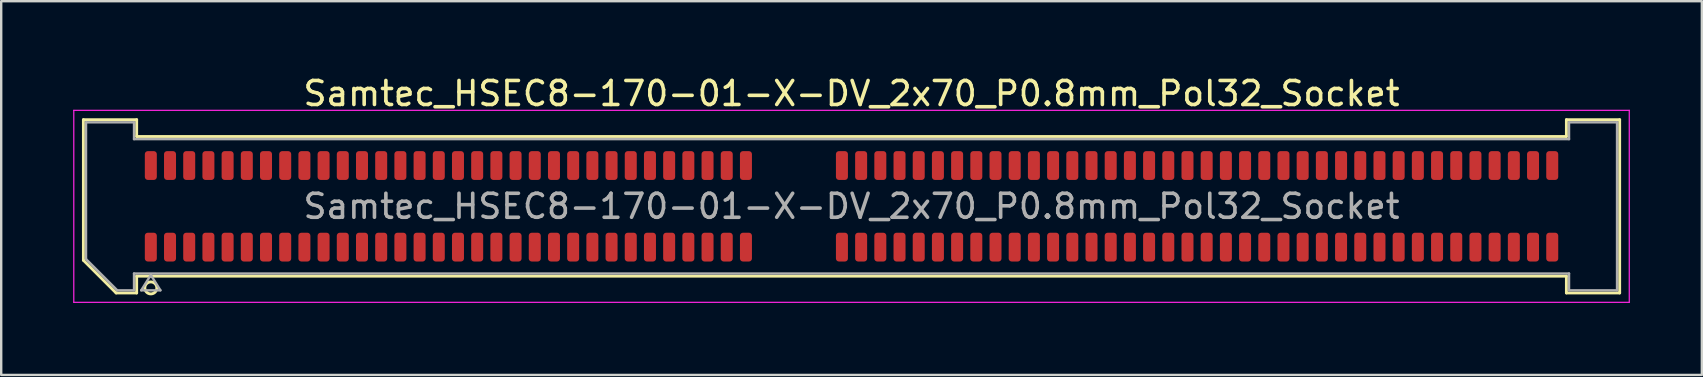
<source format=kicad_pcb>
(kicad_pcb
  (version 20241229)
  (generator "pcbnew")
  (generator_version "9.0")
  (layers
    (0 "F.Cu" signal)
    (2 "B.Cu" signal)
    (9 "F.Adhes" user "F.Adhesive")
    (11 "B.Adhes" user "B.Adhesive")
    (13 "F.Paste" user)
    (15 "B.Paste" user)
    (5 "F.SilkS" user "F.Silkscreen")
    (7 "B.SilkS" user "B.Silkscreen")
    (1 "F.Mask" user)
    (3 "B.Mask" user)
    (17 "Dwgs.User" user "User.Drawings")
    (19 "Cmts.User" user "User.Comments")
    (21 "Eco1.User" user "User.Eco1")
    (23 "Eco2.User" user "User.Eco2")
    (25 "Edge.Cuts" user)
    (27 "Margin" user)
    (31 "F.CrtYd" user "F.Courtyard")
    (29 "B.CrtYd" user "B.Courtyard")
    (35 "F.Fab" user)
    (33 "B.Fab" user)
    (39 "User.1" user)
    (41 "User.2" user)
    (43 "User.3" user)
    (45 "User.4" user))
  (footprint "Samtec_HSEC8-170-01-X-DV_2x70_P0.8mm_Pol32_Socket"
    (layer "F.Cu")
    (at 32.435 5.548)
    (property "Reference" "Samtec_HSEC8-170-01-X-DV_2x70_P0.8mm_Pol32_Socket" (at 0 -4.7 0) (layer "F.SilkS") (effects (font (size 1 1) (thickness 0.15))))
    (attr smd)
    (fp_line (start -32.01 -3.61) (end -29.79 -3.61) (stroke (width 0.12) (type solid)) (layer "F.SilkS"))
    (fp_line (start -32.01 2.246) (end -32.01 -3.61) (stroke (width 0.12) (type solid)) (layer "F.SilkS"))
    (fp_line (start -30.646 3.61) (end -32.01 2.246) (stroke (width 0.12) (type solid)) (layer "F.SilkS"))
    (fp_line (start -29.79 -3.61) (end -29.79 -2.91) (stroke (width 0.12) (type solid)) (layer "F.SilkS"))
    (fp_line (start -29.79 -2.91) (end 29.79 -2.91) (stroke (width 0.12) (type solid)) (layer "F.SilkS"))
    (fp_line (start -29.79 2.91) (end -29.79 3.61) (stroke (width 0.12) (type solid)) (layer "F.SilkS"))
    (fp_line (start -29.79 3.61) (end -30.646 3.61) (stroke (width 0.12) (type solid)) (layer "F.SilkS"))
    (fp_line (start 29.79 -3.61) (end 32.01 -3.61) (stroke (width 0.12) (type solid)) (layer "F.SilkS"))
    (fp_line (start 29.79 -2.91) (end 29.79 -3.61) (stroke (width 0.12) (type solid)) (layer "F.SilkS"))
    (fp_line (start 29.79 2.91) (end -29.79 2.91) (stroke (width 0.12) (type solid)) (layer "F.SilkS"))
    (fp_line (start 29.79 3.61) (end 29.79 2.91) (stroke (width 0.12) (type solid)) (layer "F.SilkS"))
    (fp_line (start 32.01 -3.61) (end 32.01 3.61) (stroke (width 0.12) (type solid)) (layer "F.SilkS"))
    (fp_line (start 32.01 3.61) (end 29.79 3.61) (stroke (width 0.12) (type solid)) (layer "F.SilkS"))
    (fp_circle (center -29.2 3.4) (end -28.95 3.4) (stroke (width 0.12) (type solid)) (fill no) (layer "F.SilkS"))
    (fp_line (start -32.41 -4) (end -32.41 4) (stroke (width 0.05) (type solid)) (layer "F.CrtYd"))
    (fp_line (start -32.41 4) (end 32.41 4) (stroke (width 0.05) (type solid)) (layer "F.CrtYd"))
    (fp_line (start 32.41 -4) (end -32.41 -4) (stroke (width 0.05) (type solid)) (layer "F.CrtYd"))
    (fp_line (start 32.41 4) (end 32.41 -4) (stroke (width 0.05) (type solid)) (layer "F.CrtYd"))
    (fp_line (start -31.9 -3.5) (end -29.9 -3.5) (stroke (width 0.1) (type solid)) (layer "F.Fab"))
    (fp_line (start -31.9 2.2) (end -31.9 -3.5) (stroke (width 0.1) (type solid)) (layer "F.Fab"))
    (fp_line (start -30.6 3.5) (end -31.9 2.2) (stroke (width 0.1) (type solid)) (layer "F.Fab"))
    (fp_line (start -29.9 -3.5) (end -29.9 -2.8) (stroke (width 0.1) (type solid)) (layer "F.Fab"))
    (fp_line (start -29.9 -2.8) (end 29.9 -2.8) (stroke (width 0.1) (type solid)) (layer "F.Fab"))
    (fp_line (start -29.9 2.8) (end -29.9 3.5) (stroke (width 0.1) (type solid)) (layer "F.Fab"))
    (fp_line (start -29.9 3.5) (end -30.6 3.5) (stroke (width 0.1) (type solid)) (layer "F.Fab"))
    (fp_line (start -29.6 3.5) (end -29.2 2.86) (stroke (width 0.1) (type solid)) (layer "F.Fab"))
    (fp_line (start -29.2 2.86) (end -28.8 3.5) (stroke (width 0.1) (type solid)) (layer "F.Fab"))
    (fp_line (start -28.8 3.5) (end -29.6 3.5) (stroke (width 0.1) (type solid)) (layer "F.Fab"))
    (fp_line (start 29.9 -3.5) (end 31.9 -3.5) (stroke (width 0.1) (type solid)) (layer "F.Fab"))
    (fp_line (start 29.9 -2.8) (end 29.9 -3.5) (stroke (width 0.1) (type solid)) (layer "F.Fab"))
    (fp_line (start 29.9 2.8) (end -29.9 2.8) (stroke (width 0.1) (type solid)) (layer "F.Fab"))
    (fp_line (start 29.9 3.5) (end 29.9 2.8) (stroke (width 0.1) (type solid)) (layer "F.Fab"))
    (fp_line (start 31.9 -3.5) (end 31.9 3.5) (stroke (width 0.1) (type solid)) (layer "F.Fab"))
    (fp_line (start 31.9 3.5) (end 29.9 3.5) (stroke (width 0.1) (type solid)) (layer "F.Fab"))
    (fp_text user "${REFERENCE}" (at 0 0 0) (layer "F.Fab") (effects (font (size 1 1) (thickness 0.15))))
    (pad "1" smd roundrect (at -29.2 1.7) (size 0.5 1.2) (layers "F.Cu" "F.Mask" "F.Paste") (roundrect_rratio 0.25))
    (pad "2" smd roundrect (at -29.2 -1.7) (size 0.5 1.2) (layers "F.Cu" "F.Mask" "F.Paste") (roundrect_rratio 0.25))
    (pad "3" smd roundrect (at -28.4 1.7) (size 0.5 1.2) (layers "F.Cu" "F.Mask" "F.Paste") (roundrect_rratio 0.25))
    (pad "4" smd roundrect (at -28.4 -1.7) (size 0.5 1.2) (layers "F.Cu" "F.Mask" "F.Paste") (roundrect_rratio 0.25))
    (pad "5" smd roundrect (at -27.6 1.7) (size 0.5 1.2) (layers "F.Cu" "F.Mask" "F.Paste") (roundrect_rratio 0.25))
    (pad "6" smd roundrect (at -27.6 -1.7) (size 0.5 1.2) (layers "F.Cu" "F.Mask" "F.Paste") (roundrect_rratio 0.25))
    (pad "7" smd roundrect (at -26.8 1.7) (size 0.5 1.2) (layers "F.Cu" "F.Mask" "F.Paste") (roundrect_rratio 0.25))
    (pad "8" smd roundrect (at -26.8 -1.7) (size 0.5 1.2) (layers "F.Cu" "F.Mask" "F.Paste") (roundrect_rratio 0.25))
    (pad "9" smd roundrect (at -26 1.7) (size 0.5 1.2) (layers "F.Cu" "F.Mask" "F.Paste") (roundrect_rratio 0.25))
    (pad "10" smd roundrect (at -26 -1.7) (size 0.5 1.2) (layers "F.Cu" "F.Mask" "F.Paste") (roundrect_rratio 0.25))
    (pad "11" smd roundrect (at -25.2 1.7) (size 0.5 1.2) (layers "F.Cu" "F.Mask" "F.Paste") (roundrect_rratio 0.25))
    (pad "12" smd roundrect (at -25.2 -1.7) (size 0.5 1.2) (layers "F.Cu" "F.Mask" "F.Paste") (roundrect_rratio 0.25))
    (pad "13" smd roundrect (at -24.4 1.7) (size 0.5 1.2) (layers "F.Cu" "F.Mask" "F.Paste") (roundrect_rratio 0.25))
    (pad "14" smd roundrect (at -24.4 -1.7) (size 0.5 1.2) (layers "F.Cu" "F.Mask" "F.Paste") (roundrect_rratio 0.25))
    (pad "15" smd roundrect (at -23.6 1.7) (size 0.5 1.2) (layers "F.Cu" "F.Mask" "F.Paste") (roundrect_rratio 0.25))
    (pad "16" smd roundrect (at -23.6 -1.7) (size 0.5 1.2) (layers "F.Cu" "F.Mask" "F.Paste") (roundrect_rratio 0.25))
    (pad "17" smd roundrect (at -22.8 1.7) (size 0.5 1.2) (layers "F.Cu" "F.Mask" "F.Paste") (roundrect_rratio 0.25))
    (pad "18" smd roundrect (at -22.8 -1.7) (size 0.5 1.2) (layers "F.Cu" "F.Mask" "F.Paste") (roundrect_rratio 0.25))
    (pad "19" smd roundrect (at -22 1.7) (size 0.5 1.2) (layers "F.Cu" "F.Mask" "F.Paste") (roundrect_rratio 0.25))
    (pad "20" smd roundrect (at -22 -1.7) (size 0.5 1.2) (layers "F.Cu" "F.Mask" "F.Paste") (roundrect_rratio 0.25))
    (pad "21" smd roundrect (at -21.2 1.7) (size 0.5 1.2) (layers "F.Cu" "F.Mask" "F.Paste") (roundrect_rratio 0.25))
    (pad "22" smd roundrect (at -21.2 -1.7) (size 0.5 1.2) (layers "F.Cu" "F.Mask" "F.Paste") (roundrect_rratio 0.25))
    (pad "23" smd roundrect (at -20.4 1.7) (size 0.5 1.2) (layers "F.Cu" "F.Mask" "F.Paste") (roundrect_rratio 0.25))
    (pad "24" smd roundrect (at -20.4 -1.7) (size 0.5 1.2) (layers "F.Cu" "F.Mask" "F.Paste") (roundrect_rratio 0.25))
    (pad "25" smd roundrect (at -19.6 1.7) (size 0.5 1.2) (layers "F.Cu" "F.Mask" "F.Paste") (roundrect_rratio 0.25))
    (pad "26" smd roundrect (at -19.6 -1.7) (size 0.5 1.2) (layers "F.Cu" "F.Mask" "F.Paste") (roundrect_rratio 0.25))
    (pad "27" smd roundrect (at -18.8 1.7) (size 0.5 1.2) (layers "F.Cu" "F.Mask" "F.Paste") (roundrect_rratio 0.25))
    (pad "28" smd roundrect (at -18.8 -1.7) (size 0.5 1.2) (layers "F.Cu" "F.Mask" "F.Paste") (roundrect_rratio 0.25))
    (pad "29" smd roundrect (at -18 1.7) (size 0.5 1.2) (layers "F.Cu" "F.Mask" "F.Paste") (roundrect_rratio 0.25))
    (pad "30" smd roundrect (at -18 -1.7) (size 0.5 1.2) (layers "F.Cu" "F.Mask" "F.Paste") (roundrect_rratio 0.25))
    (pad "31" smd roundrect (at -17.2 1.7) (size 0.5 1.2) (layers "F.Cu" "F.Mask" "F.Paste") (roundrect_rratio 0.25))
    (pad "32" smd roundrect (at -17.2 -1.7) (size 0.5 1.2) (layers "F.Cu" "F.Mask" "F.Paste") (roundrect_rratio 0.25))
    (pad "33" smd roundrect (at -16.4 1.7) (size 0.5 1.2) (layers "F.Cu" "F.Mask" "F.Paste") (roundrect_rratio 0.25))
    (pad "34" smd roundrect (at -16.4 -1.7) (size 0.5 1.2) (layers "F.Cu" "F.Mask" "F.Paste") (roundrect_rratio 0.25))
    (pad "35" smd roundrect (at -15.6 1.7) (size 0.5 1.2) (layers "F.Cu" "F.Mask" "F.Paste") (roundrect_rratio 0.25))
    (pad "36" smd roundrect (at -15.6 -1.7) (size 0.5 1.2) (layers "F.Cu" "F.Mask" "F.Paste") (roundrect_rratio 0.25))
    (pad "37" smd roundrect (at -14.8 1.7) (size 0.5 1.2) (layers "F.Cu" "F.Mask" "F.Paste") (roundrect_rratio 0.25))
    (pad "38" smd roundrect (at -14.8 -1.7) (size 0.5 1.2) (layers "F.Cu" "F.Mask" "F.Paste") (roundrect_rratio 0.25))
    (pad "39" smd roundrect (at -14 1.7) (size 0.5 1.2) (layers "F.Cu" "F.Mask" "F.Paste") (roundrect_rratio 0.25))
    (pad "40" smd roundrect (at -14 -1.7) (size 0.5 1.2) (layers "F.Cu" "F.Mask" "F.Paste") (roundrect_rratio 0.25))
    (pad "41" smd roundrect (at -13.2 1.7) (size 0.5 1.2) (layers "F.Cu" "F.Mask" "F.Paste") (roundrect_rratio 0.25))
    (pad "42" smd roundrect (at -13.2 -1.7) (size 0.5 1.2) (layers "F.Cu" "F.Mask" "F.Paste") (roundrect_rratio 0.25))
    (pad "43" smd roundrect (at -12.4 1.7) (size 0.5 1.2) (layers "F.Cu" "F.Mask" "F.Paste") (roundrect_rratio 0.25))
    (pad "44" smd roundrect (at -12.4 -1.7) (size 0.5 1.2) (layers "F.Cu" "F.Mask" "F.Paste") (roundrect_rratio 0.25))
    (pad "45" smd roundrect (at -11.6 1.7) (size 0.5 1.2) (layers "F.Cu" "F.Mask" "F.Paste") (roundrect_rratio 0.25))
    (pad "46" smd roundrect (at -11.6 -1.7) (size 0.5 1.2) (layers "F.Cu" "F.Mask" "F.Paste") (roundrect_rratio 0.25))
    (pad "47" smd roundrect (at -10.8 1.7) (size 0.5 1.2) (layers "F.Cu" "F.Mask" "F.Paste") (roundrect_rratio 0.25))
    (pad "48" smd roundrect (at -10.8 -1.7) (size 0.5 1.2) (layers "F.Cu" "F.Mask" "F.Paste") (roundrect_rratio 0.25))
    (pad "49" smd roundrect (at -10 1.7) (size 0.5 1.2) (layers "F.Cu" "F.Mask" "F.Paste") (roundrect_rratio 0.25))
    (pad "50" smd roundrect (at -10 -1.7) (size 0.5 1.2) (layers "F.Cu" "F.Mask" "F.Paste") (roundrect_rratio 0.25))
    (pad "51" smd roundrect (at -9.2 1.7) (size 0.5 1.2) (layers "F.Cu" "F.Mask" "F.Paste") (roundrect_rratio 0.25))
    (pad "52" smd roundrect (at -9.2 -1.7) (size 0.5 1.2) (layers "F.Cu" "F.Mask" "F.Paste") (roundrect_rratio 0.25))
    (pad "53" smd roundrect (at -8.4 1.7) (size 0.5 1.2) (layers "F.Cu" "F.Mask" "F.Paste") (roundrect_rratio 0.25))
    (pad "54" smd roundrect (at -8.4 -1.7) (size 0.5 1.2) (layers "F.Cu" "F.Mask" "F.Paste") (roundrect_rratio 0.25))
    (pad "55" smd roundrect (at -7.6 1.7) (size 0.5 1.2) (layers "F.Cu" "F.Mask" "F.Paste") (roundrect_rratio 0.25))
    (pad "56" smd roundrect (at -7.6 -1.7) (size 0.5 1.2) (layers "F.Cu" "F.Mask" "F.Paste") (roundrect_rratio 0.25))
    (pad "57" smd roundrect (at -6.8 1.7) (size 0.5 1.2) (layers "F.Cu" "F.Mask" "F.Paste") (roundrect_rratio 0.25))
    (pad "58" smd roundrect (at -6.8 -1.7) (size 0.5 1.2) (layers "F.Cu" "F.Mask" "F.Paste") (roundrect_rratio 0.25))
    (pad "59" smd roundrect (at -6 1.7) (size 0.5 1.2) (layers "F.Cu" "F.Mask" "F.Paste") (roundrect_rratio 0.25))
    (pad "60" smd roundrect (at -6 -1.7) (size 0.5 1.2) (layers "F.Cu" "F.Mask" "F.Paste") (roundrect_rratio 0.25))
    (pad "61" smd roundrect (at -5.2 1.7) (size 0.5 1.2) (layers "F.Cu" "F.Mask" "F.Paste") (roundrect_rratio 0.25))
    (pad "62" smd roundrect (at -5.2 -1.7) (size 0.5 1.2) (layers "F.Cu" "F.Mask" "F.Paste") (roundrect_rratio 0.25))
    (pad "63" smd roundrect (at -4.4 1.7) (size 0.5 1.2) (layers "F.Cu" "F.Mask" "F.Paste") (roundrect_rratio 0.25))
    (pad "64" smd roundrect (at -4.4 -1.7) (size 0.5 1.2) (layers "F.Cu" "F.Mask" "F.Paste") (roundrect_rratio 0.25))
    (pad "65" smd roundrect (at -0.4 1.7) (size 0.5 1.2) (layers "F.Cu" "F.Mask" "F.Paste") (roundrect_rratio 0.25))
    (pad "66" smd roundrect (at -0.4 -1.7) (size 0.5 1.2) (layers "F.Cu" "F.Mask" "F.Paste") (roundrect_rratio 0.25))
    (pad "67" smd roundrect (at 0.4 1.7) (size 0.5 1.2) (layers "F.Cu" "F.Mask" "F.Paste") (roundrect_rratio 0.25))
    (pad "68" smd roundrect (at 0.4 -1.7) (size 0.5 1.2) (layers "F.Cu" "F.Mask" "F.Paste") (roundrect_rratio 0.25))
    (pad "69" smd roundrect (at 1.2 1.7) (size 0.5 1.2) (layers "F.Cu" "F.Mask" "F.Paste") (roundrect_rratio 0.25))
    (pad "70" smd roundrect (at 1.2 -1.7) (size 0.5 1.2) (layers "F.Cu" "F.Mask" "F.Paste") (roundrect_rratio 0.25))
    (pad "71" smd roundrect (at 2 1.7) (size 0.5 1.2) (layers "F.Cu" "F.Mask" "F.Paste") (roundrect_rratio 0.25))
    (pad "72" smd roundrect (at 2 -1.7) (size 0.5 1.2) (layers "F.Cu" "F.Mask" "F.Paste") (roundrect_rratio 0.25))
    (pad "73" smd roundrect (at 2.8 1.7) (size 0.5 1.2) (layers "F.Cu" "F.Mask" "F.Paste") (roundrect_rratio 0.25))
    (pad "74" smd roundrect (at 2.8 -1.7) (size 0.5 1.2) (layers "F.Cu" "F.Mask" "F.Paste") (roundrect_rratio 0.25))
    (pad "75" smd roundrect (at 3.6 1.7) (size 0.5 1.2) (layers "F.Cu" "F.Mask" "F.Paste") (roundrect_rratio 0.25))
    (pad "76" smd roundrect (at 3.6 -1.7) (size 0.5 1.2) (layers "F.Cu" "F.Mask" "F.Paste") (roundrect_rratio 0.25))
    (pad "77" smd roundrect (at 4.4 1.7) (size 0.5 1.2) (layers "F.Cu" "F.Mask" "F.Paste") (roundrect_rratio 0.25))
    (pad "78" smd roundrect (at 4.4 -1.7) (size 0.5 1.2) (layers "F.Cu" "F.Mask" "F.Paste") (roundrect_rratio 0.25))
    (pad "79" smd roundrect (at 5.2 1.7) (size 0.5 1.2) (layers "F.Cu" "F.Mask" "F.Paste") (roundrect_rratio 0.25))
    (pad "80" smd roundrect (at 5.2 -1.7) (size 0.5 1.2) (layers "F.Cu" "F.Mask" "F.Paste") (roundrect_rratio 0.25))
    (pad "81" smd roundrect (at 6 1.7) (size 0.5 1.2) (layers "F.Cu" "F.Mask" "F.Paste") (roundrect_rratio 0.25))
    (pad "82" smd roundrect (at 6 -1.7) (size 0.5 1.2) (layers "F.Cu" "F.Mask" "F.Paste") (roundrect_rratio 0.25))
    (pad "83" smd roundrect (at 6.8 1.7) (size 0.5 1.2) (layers "F.Cu" "F.Mask" "F.Paste") (roundrect_rratio 0.25))
    (pad "84" smd roundrect (at 6.8 -1.7) (size 0.5 1.2) (layers "F.Cu" "F.Mask" "F.Paste") (roundrect_rratio 0.25))
    (pad "85" smd roundrect (at 7.6 1.7) (size 0.5 1.2) (layers "F.Cu" "F.Mask" "F.Paste") (roundrect_rratio 0.25))
    (pad "86" smd roundrect (at 7.6 -1.7) (size 0.5 1.2) (layers "F.Cu" "F.Mask" "F.Paste") (roundrect_rratio 0.25))
    (pad "87" smd roundrect (at 8.4 1.7) (size 0.5 1.2) (layers "F.Cu" "F.Mask" "F.Paste") (roundrect_rratio 0.25))
    (pad "88" smd roundrect (at 8.4 -1.7) (size 0.5 1.2) (layers "F.Cu" "F.Mask" "F.Paste") (roundrect_rratio 0.25))
    (pad "89" smd roundrect (at 9.2 1.7) (size 0.5 1.2) (layers "F.Cu" "F.Mask" "F.Paste") (roundrect_rratio 0.25))
    (pad "90" smd roundrect (at 9.2 -1.7) (size 0.5 1.2) (layers "F.Cu" "F.Mask" "F.Paste") (roundrect_rratio 0.25))
    (pad "91" smd roundrect (at 10 1.7) (size 0.5 1.2) (layers "F.Cu" "F.Mask" "F.Paste") (roundrect_rratio 0.25))
    (pad "92" smd roundrect (at 10 -1.7) (size 0.5 1.2) (layers "F.Cu" "F.Mask" "F.Paste") (roundrect_rratio 0.25))
    (pad "93" smd roundrect (at 10.8 1.7) (size 0.5 1.2) (layers "F.Cu" "F.Mask" "F.Paste") (roundrect_rratio 0.25))
    (pad "94" smd roundrect (at 10.8 -1.7) (size 0.5 1.2) (layers "F.Cu" "F.Mask" "F.Paste") (roundrect_rratio 0.25))
    (pad "95" smd roundrect (at 11.6 1.7) (size 0.5 1.2) (layers "F.Cu" "F.Mask" "F.Paste") (roundrect_rratio 0.25))
    (pad "96" smd roundrect (at 11.6 -1.7) (size 0.5 1.2) (layers "F.Cu" "F.Mask" "F.Paste") (roundrect_rratio 0.25))
    (pad "97" smd roundrect (at 12.4 1.7) (size 0.5 1.2) (layers "F.Cu" "F.Mask" "F.Paste") (roundrect_rratio 0.25))
    (pad "98" smd roundrect (at 12.4 -1.7) (size 0.5 1.2) (layers "F.Cu" "F.Mask" "F.Paste") (roundrect_rratio 0.25))
    (pad "99" smd roundrect (at 13.2 1.7) (size 0.5 1.2) (layers "F.Cu" "F.Mask" "F.Paste") (roundrect_rratio 0.25))
    (pad "100" smd roundrect (at 13.2 -1.7) (size 0.5 1.2) (layers "F.Cu" "F.Mask" "F.Paste") (roundrect_rratio 0.25))
    (pad "101" smd roundrect (at 14 1.7) (size 0.5 1.2) (layers "F.Cu" "F.Mask" "F.Paste") (roundrect_rratio 0.25))
    (pad "102" smd roundrect (at 14 -1.7) (size 0.5 1.2) (layers "F.Cu" "F.Mask" "F.Paste") (roundrect_rratio 0.25))
    (pad "103" smd roundrect (at 14.8 1.7) (size 0.5 1.2) (layers "F.Cu" "F.Mask" "F.Paste") (roundrect_rratio 0.25))
    (pad "104" smd roundrect (at 14.8 -1.7) (size 0.5 1.2) (layers "F.Cu" "F.Mask" "F.Paste") (roundrect_rratio 0.25))
    (pad "105" smd roundrect (at 15.6 1.7) (size 0.5 1.2) (layers "F.Cu" "F.Mask" "F.Paste") (roundrect_rratio 0.25))
    (pad "106" smd roundrect (at 15.6 -1.7) (size 0.5 1.2) (layers "F.Cu" "F.Mask" "F.Paste") (roundrect_rratio 0.25))
    (pad "107" smd roundrect (at 16.4 1.7) (size 0.5 1.2) (layers "F.Cu" "F.Mask" "F.Paste") (roundrect_rratio 0.25))
    (pad "108" smd roundrect (at 16.4 -1.7) (size 0.5 1.2) (layers "F.Cu" "F.Mask" "F.Paste") (roundrect_rratio 0.25))
    (pad "109" smd roundrect (at 17.2 1.7) (size 0.5 1.2) (layers "F.Cu" "F.Mask" "F.Paste") (roundrect_rratio 0.25))
    (pad "110" smd roundrect (at 17.2 -1.7) (size 0.5 1.2) (layers "F.Cu" "F.Mask" "F.Paste") (roundrect_rratio 0.25))
    (pad "111" smd roundrect (at 18 1.7) (size 0.5 1.2) (layers "F.Cu" "F.Mask" "F.Paste") (roundrect_rratio 0.25))
    (pad "112" smd roundrect (at 18 -1.7) (size 0.5 1.2) (layers "F.Cu" "F.Mask" "F.Paste") (roundrect_rratio 0.25))
    (pad "113" smd roundrect (at 18.8 1.7) (size 0.5 1.2) (layers "F.Cu" "F.Mask" "F.Paste") (roundrect_rratio 0.25))
    (pad "114" smd roundrect (at 18.8 -1.7) (size 0.5 1.2) (layers "F.Cu" "F.Mask" "F.Paste") (roundrect_rratio 0.25))
    (pad "115" smd roundrect (at 19.6 1.7) (size 0.5 1.2) (layers "F.Cu" "F.Mask" "F.Paste") (roundrect_rratio 0.25))
    (pad "116" smd roundrect (at 19.6 -1.7) (size 0.5 1.2) (layers "F.Cu" "F.Mask" "F.Paste") (roundrect_rratio 0.25))
    (pad "117" smd roundrect (at 20.4 1.7) (size 0.5 1.2) (layers "F.Cu" "F.Mask" "F.Paste") (roundrect_rratio 0.25))
    (pad "118" smd roundrect (at 20.4 -1.7) (size 0.5 1.2) (layers "F.Cu" "F.Mask" "F.Paste") (roundrect_rratio 0.25))
    (pad "119" smd roundrect (at 21.2 1.7) (size 0.5 1.2) (layers "F.Cu" "F.Mask" "F.Paste") (roundrect_rratio 0.25))
    (pad "120" smd roundrect (at 21.2 -1.7) (size 0.5 1.2) (layers "F.Cu" "F.Mask" "F.Paste") (roundrect_rratio 0.25))
    (pad "121" smd roundrect (at 22 1.7) (size 0.5 1.2) (layers "F.Cu" "F.Mask" "F.Paste") (roundrect_rratio 0.25))
    (pad "122" smd roundrect (at 22 -1.7) (size 0.5 1.2) (layers "F.Cu" "F.Mask" "F.Paste") (roundrect_rratio 0.25))
    (pad "123" smd roundrect (at 22.8 1.7) (size 0.5 1.2) (layers "F.Cu" "F.Mask" "F.Paste") (roundrect_rratio 0.25))
    (pad "124" smd roundrect (at 22.8 -1.7) (size 0.5 1.2) (layers "F.Cu" "F.Mask" "F.Paste") (roundrect_rratio 0.25))
    (pad "125" smd roundrect (at 23.6 1.7) (size 0.5 1.2) (layers "F.Cu" "F.Mask" "F.Paste") (roundrect_rratio 0.25))
    (pad "126" smd roundrect (at 23.6 -1.7) (size 0.5 1.2) (layers "F.Cu" "F.Mask" "F.Paste") (roundrect_rratio 0.25))
    (pad "127" smd roundrect (at 24.4 1.7) (size 0.5 1.2) (layers "F.Cu" "F.Mask" "F.Paste") (roundrect_rratio 0.25))
    (pad "128" smd roundrect (at 24.4 -1.7) (size 0.5 1.2) (layers "F.Cu" "F.Mask" "F.Paste") (roundrect_rratio 0.25))
    (pad "129" smd roundrect (at 25.2 1.7) (size 0.5 1.2) (layers "F.Cu" "F.Mask" "F.Paste") (roundrect_rratio 0.25))
    (pad "130" smd roundrect (at 25.2 -1.7) (size 0.5 1.2) (layers "F.Cu" "F.Mask" "F.Paste") (roundrect_rratio 0.25))
    (pad "131" smd roundrect (at 26 1.7) (size 0.5 1.2) (layers "F.Cu" "F.Mask" "F.Paste") (roundrect_rratio 0.25))
    (pad "132" smd roundrect (at 26 -1.7) (size 0.5 1.2) (layers "F.Cu" "F.Mask" "F.Paste") (roundrect_rratio 0.25))
    (pad "133" smd roundrect (at 26.8 1.7) (size 0.5 1.2) (layers "F.Cu" "F.Mask" "F.Paste") (roundrect_rratio 0.25))
    (pad "134" smd roundrect (at 26.8 -1.7) (size 0.5 1.2) (layers "F.Cu" "F.Mask" "F.Paste") (roundrect_rratio 0.25))
    (pad "135" smd roundrect (at 27.6 1.7) (size 0.5 1.2) (layers "F.Cu" "F.Mask" "F.Paste") (roundrect_rratio 0.25))
    (pad "136" smd roundrect (at 27.6 -1.7) (size 0.5 1.2) (layers "F.Cu" "F.Mask" "F.Paste") (roundrect_rratio 0.25))
    (pad "137" smd roundrect (at 28.4 1.7) (size 0.5 1.2) (layers "F.Cu" "F.Mask" "F.Paste") (roundrect_rratio 0.25))
    (pad "138" smd roundrect (at 28.4 -1.7) (size 0.5 1.2) (layers "F.Cu" "F.Mask" "F.Paste") (roundrect_rratio 0.25))
    (pad "139" smd roundrect (at 29.2 1.7) (size 0.5 1.2) (layers "F.Cu" "F.Mask" "F.Paste") (roundrect_rratio 0.25))
    (pad "140" smd roundrect (at 29.2 -1.7) (size 0.5 1.2) (layers "F.Cu" "F.Mask" "F.Paste") (roundrect_rratio 0.25)))
  (gr_rect
    (start -3 -3)
    (end 67.87 12.573)
    (stroke (width 0.1) (type default))
    (fill no)
    (layer "Edge.Cuts")))
</source>
